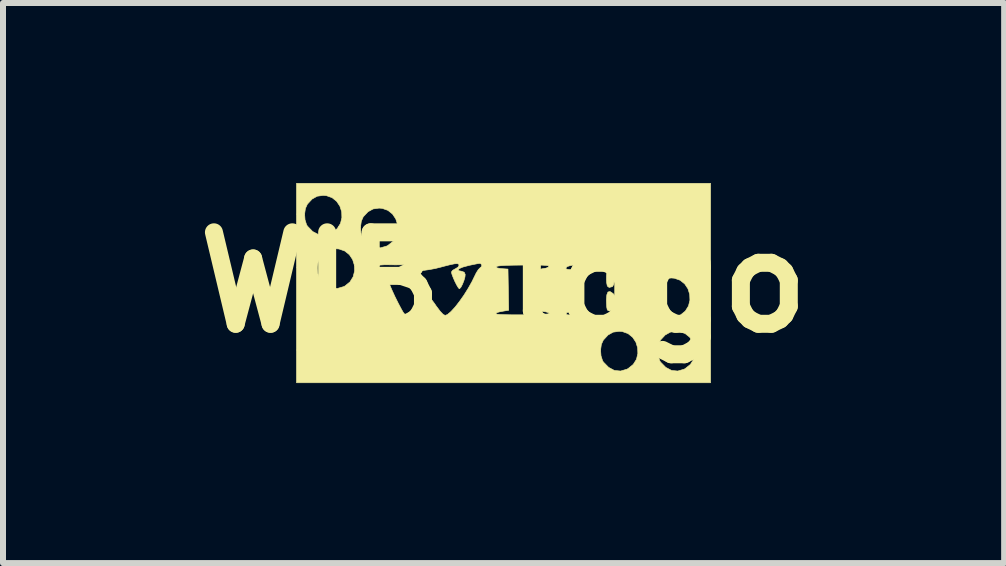
<source format=kicad_pcb>
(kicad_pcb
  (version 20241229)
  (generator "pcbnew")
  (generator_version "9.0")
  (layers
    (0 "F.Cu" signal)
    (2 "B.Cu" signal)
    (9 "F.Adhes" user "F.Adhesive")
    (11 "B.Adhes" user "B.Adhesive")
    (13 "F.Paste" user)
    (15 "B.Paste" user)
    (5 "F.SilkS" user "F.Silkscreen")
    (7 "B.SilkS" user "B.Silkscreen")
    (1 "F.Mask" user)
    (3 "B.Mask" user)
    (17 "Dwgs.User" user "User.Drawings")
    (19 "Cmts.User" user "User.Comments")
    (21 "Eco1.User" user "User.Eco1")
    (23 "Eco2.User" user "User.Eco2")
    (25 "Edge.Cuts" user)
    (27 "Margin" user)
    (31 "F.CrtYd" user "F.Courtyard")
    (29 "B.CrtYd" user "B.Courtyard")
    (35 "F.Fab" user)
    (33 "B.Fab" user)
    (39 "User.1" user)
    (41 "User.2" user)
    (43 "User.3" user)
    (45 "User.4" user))
  (footprint "WIB_logo"
    (layer "F.Cu")
    (at 5.341 1.656)
    (property "Reference" "WIB_logo" (at 0 0 0) (layer "F.SilkS") (effects (font (size 1.524 1.524) (thickness 0.3))))
    (attr exclude_from_pos_files exclude_from_bom)
    (fp_poly (pts (xy -1.366 -0.09) (xy -1.337 -0.041) (xy -1.327 -0.013) (xy -1.308 0.06) (xy -1.308 0.101) (xy -1.325 0.107) (xy -1.356 0.075) (xy -1.384 0.025) (xy -1.419 -0.043) (xy -1.434 -0.083) (xy -1.433 -0.101) (xy -1.415 -0.106) (xy -1.399 -0.106) (xy -1.366 -0.09)) (stroke (width 0.01) (type solid)) (fill yes) (layer "F.SilkS"))
    (fp_poly (pts (xy 1.822 0.183) (xy 1.837 0.198) (xy 1.877 0.258) (xy 1.893 0.33) (xy 1.884 0.396) (xy 1.862 0.432) (xy 1.811 0.467) (xy 1.763 0.477) (xy 1.731 0.461) (xy 1.728 0.454) (xy 1.72 0.415) (xy 1.716 0.35) (xy 1.714 0.294) (xy 1.721 0.207) (xy 1.74 0.16) (xy 1.774 0.152) (xy 1.822 0.183)) (stroke (width 0.01) (type solid)) (fill yes) (layer "F.SilkS"))
    (fp_poly (pts (xy 1.757 -0.177) (xy 1.794 -0.143) (xy 1.795 -0.142) (xy 1.827 -0.09) (xy 1.841 -0.028) (xy 1.838 0.029) (xy 1.817 0.067) (xy 1.808 0.072) (xy 1.761 0.084) (xy 1.736 0.068) (xy 1.727 0.051) (xy 1.719 0.009) (xy 1.715 -0.05) (xy 1.716 -0.112) (xy 1.721 -0.163) (xy 1.729 -0.189) (xy 1.732 -0.191) (xy 1.757 -0.177)) (stroke (width 0.01) (type solid)) (fill yes) (layer "F.SilkS"))
    (fp_poly (pts (xy 3.45 1.672) (xy -3.45 1.672) (xy -3.45 1.127) (xy 1.617 1.127) (xy 1.624 1.223) (xy 1.65 1.305) (xy 1.664 1.327) (xy 1.751 1.416) (xy 1.847 1.467) (xy 1.951 1.477) (xy 2.057 1.446) (xy 2.077 1.435) (xy 2.161 1.367) (xy 2.215 1.282) (xy 2.238 1.186) (xy 2.236 1.127) (xy 2.57 1.127) (xy 2.576 1.223) (xy 2.603 1.305) (xy 2.616 1.327) (xy 2.703 1.416) (xy 2.8 1.467) (xy 2.903 1.477) (xy 3.01 1.446) (xy 3.029 1.435) (xy 3.114 1.367) (xy 3.167 1.282) (xy 3.191 1.186) (xy 3.187 1.088) (xy 3.157 0.995) (xy 3.103 0.914) (xy 3.027 0.853) (xy 2.931 0.819) (xy 2.879 0.815) (xy 2.779 0.829) (xy 2.694 0.876) (xy 2.616 0.96) (xy 2.615 0.961) (xy 2.583 1.033) (xy 2.57 1.127) (xy 2.236 1.127) (xy 2.234 1.088) (xy 2.205 0.995) (xy 2.151 0.914) (xy 2.075 0.853) (xy 1.979 0.819) (xy 1.926 0.815) (xy 1.826 0.829) (xy 1.742 0.876) (xy 1.664 0.96) (xy 1.663 0.961) (xy 1.63 1.033) (xy 1.617 1.127) (xy -3.45 1.127) (xy -3.45 -0.249) (xy -3.103 -0.249) (xy -3.096 -0.153) (xy -3.07 -0.071) (xy -3.057 -0.049) (xy -2.97 0.041) (xy -2.873 0.091) (xy -2.769 0.101) (xy -2.663 0.07) (xy -2.643 0.06) (xy -2.559 -0.008) (xy -2.506 -0.094) (xy -2.482 -0.19) (xy -2.485 -0.278) (xy -2.092 -0.278) (xy -2.09 -0.26) (xy -2.053 -0.233) (xy -2.036 -0.225) (xy -1.995 -0.192) (xy -1.963 -0.138) (xy -1.939 -0.071) (xy -1.908 0.013) (xy -1.863 0.12) (xy -1.809 0.238) (xy -1.751 0.354) (xy -1.697 0.455) (xy -1.671 0.5) (xy -1.633 0.546) (xy -1.596 0.57) (xy -1.589 0.572) (xy -1.555 0.557) (xy -1.506 0.518) (xy -1.458 0.471) (xy -1.398 0.405) (xy -1.34 0.339) (xy -1.308 0.302) (xy -1.271 0.259) (xy -1.246 0.235) (xy -1.242 0.233) (xy -1.227 0.249) (xy -1.194 0.293) (xy -1.148 0.355) (xy -1.123 0.392) (xy -1.056 0.481) (xy -1.006 0.534) (xy -0.971 0.55) (xy -0.93 0.533) (xy -0.92 0.524) (xy -0.127 0.524) (xy -0.107 0.53) (xy -0.052 0.535) (xy 0.029 0.538) (xy 0.131 0.54) (xy 0.245 0.54) (xy 0.363 0.54) (xy 0.479 0.538) (xy 0.584 0.535) (xy 0.671 0.531) (xy 0.733 0.526) (xy 0.761 0.519) (xy 0.762 0.518) (xy 0.75 0.504) (xy 0.706 0.491) (xy 0.677 0.487) (xy 0.582 0.476) (xy 0.579 0.132) (xy 0.578 0.003) (xy 0.578 -0.09) (xy 0.582 -0.153) (xy 0.591 -0.193) (xy 0.609 -0.215) (xy 0.636 -0.226) (xy 0.675 -0.233) (xy 0.679 -0.233) (xy 1.037 -0.233) (xy 1.056 -0.22) (xy 1.104 -0.213) (xy 1.13 -0.212) (xy 1.194 -0.206) (xy 1.228 -0.19) (xy 1.231 -0.185) (xy 1.234 -0.156) (xy 1.235 -0.092) (xy 1.235 -0.002) (xy 1.233 0.106) (xy 1.232 0.164) (xy 1.224 0.487) (xy 1.142 0.487) (xy 1.079 0.493) (xy 1.046 0.51) (xy 1.049 0.534) (xy 1.052 0.537) (xy 1.076 0.541) (xy 1.136 0.545) (xy 1.225 0.547) (xy 1.336 0.549) (xy 1.462 0.55) (xy 1.469 0.55) (xy 1.615 0.549) (xy 1.725 0.547) (xy 1.807 0.543) (xy 1.867 0.537) (xy 1.912 0.528) (xy 1.949 0.515) (xy 1.96 0.51) (xy 2.05 0.453) (xy 2.103 0.382) (xy 2.118 0.303) (xy 2.1 0.238) (xy 2.485 0.238) (xy 2.492 0.334) (xy 2.518 0.416) (xy 2.531 0.438) (xy 2.618 0.527) (xy 2.715 0.578) (xy 2.819 0.588) (xy 2.925 0.557) (xy 2.945 0.546) (xy 3.029 0.478) (xy 3.082 0.393) (xy 3.106 0.297) (xy 3.102 0.199) (xy 3.073 0.106) (xy 3.019 0.025) (xy 2.943 -0.036) (xy 2.846 -0.07) (xy 2.794 -0.074) (xy 2.694 -0.06) (xy 2.61 -0.013) (xy 2.531 0.071) (xy 2.531 0.072) (xy 2.498 0.144) (xy 2.485 0.238) (xy 2.1 0.238) (xy 2.095 0.222) (xy 2.048 0.16) (xy 1.979 0.091) (xy 2.019 0.023) (xy 2.048 -0.057) (xy 2.037 -0.128) (xy 1.984 -0.19) (xy 1.915 -0.233) (xy 1.871 -0.253) (xy 1.828 -0.268) (xy 1.777 -0.278) (xy 1.711 -0.285) (xy 1.619 -0.289) (xy 1.495 -0.292) (xy 1.482 -0.293) (xy 1.32 -0.294) (xy 1.197 -0.29) (xy 1.111 -0.28) (xy 1.059 -0.263) (xy 1.038 -0.24) (xy 1.037 -0.233) (xy 0.679 -0.233) (xy 0.707 -0.237) (xy 0.745 -0.254) (xy 0.756 -0.268) (xy 0.748 -0.277) (xy 0.713 -0.283) (xy 0.649 -0.287) (xy 0.552 -0.29) (xy 0.418 -0.29) (xy 0.326 -0.289) (xy 0.165 -0.287) (xy 0.043 -0.284) (xy -0.043 -0.279) (xy -0.096 -0.272) (xy -0.12 -0.263) (xy -0.121 -0.261) (xy -0.108 -0.242) (xy -0.053 -0.231) (xy -0.028 -0.229) (xy 0.074 -0.222) (xy 0.08 0.121) (xy 0.086 0.464) (xy 0.006 0.477) (xy -0.069 0.491) (xy -0.11 0.503) (xy -0.126 0.517) (xy -0.127 0.524) (xy -0.92 0.524) (xy -0.874 0.484) (xy -0.806 0.41) (xy -0.734 0.317) (xy -0.659 0.211) (xy -0.589 0.099) (xy -0.526 -0.013) (xy -0.49 -0.087) (xy -0.455 -0.158) (xy -0.421 -0.212) (xy -0.395 -0.239) (xy -0.394 -0.24) (xy -0.365 -0.265) (xy -0.363 -0.296) (xy -0.386 -0.316) (xy -0.397 -0.317) (xy -0.435 -0.312) (xy -0.5 -0.299) (xy -0.581 -0.282) (xy -0.591 -0.279) (xy -0.68 -0.255) (xy -0.736 -0.231) (xy -0.757 -0.21) (xy -0.742 -0.194) (xy -0.705 -0.187) (xy -0.656 -0.17) (xy -0.639 -0.133) (xy -0.643 -0.09) (xy -0.66 -0.031) (xy -0.684 0.03) (xy -0.71 0.08) (xy -0.733 0.105) (xy -0.737 0.106) (xy -0.754 0.088) (xy -0.781 0.043) (xy -0.812 -0.018) (xy -0.84 -0.083) (xy -0.861 -0.139) (xy -0.868 -0.173) (xy -0.85 -0.2) (xy -0.807 -0.225) (xy -0.804 -0.226) (xy -0.759 -0.254) (xy -0.741 -0.286) (xy -0.747 -0.305) (xy -0.771 -0.313) (xy -0.817 -0.31) (xy -0.89 -0.295) (xy -0.997 -0.268) (xy -1.037 -0.257) (xy -1.137 -0.232) (xy -1.238 -0.213) (xy -1.331 -0.2) (xy -1.408 -0.194) (xy -1.461 -0.196) (xy -1.482 -0.207) (xy -1.482 -0.207) (xy -1.464 -0.228) (xy -1.434 -0.237) (xy -1.393 -0.258) (xy -1.379 -0.283) (xy -1.378 -0.305) (xy -1.392 -0.314) (xy -1.428 -0.314) (xy -1.497 -0.306) (xy -1.506 -0.305) (xy -1.587 -0.297) (xy -1.693 -0.293) (xy -1.807 -0.292) (xy -1.868 -0.293) (xy -1.982 -0.294) (xy -2.056 -0.289) (xy -2.092 -0.278) (xy -2.485 -0.278) (xy -2.486 -0.288) (xy -2.515 -0.381) (xy -2.569 -0.462) (xy -2.645 -0.523) (xy -2.742 -0.557) (xy -2.794 -0.561) (xy -2.894 -0.547) (xy -2.978 -0.5) (xy -3.057 -0.416) (xy -3.057 -0.415) (xy -3.09 -0.342) (xy -3.103 -0.249) (xy -3.45 -0.249) (xy -3.45 -1.138) (xy -3.315 -1.138) (xy -3.308 -1.042) (xy -3.282 -0.96) (xy -3.268 -0.938) (xy -3.181 -0.848) (xy -3.084 -0.798) (xy -2.981 -0.788) (xy -2.875 -0.819) (xy -2.855 -0.829) (xy -2.771 -0.897) (xy -2.752 -0.927) (xy -2.383 -0.927) (xy -2.377 -0.83) (xy -2.35 -0.748) (xy -2.337 -0.727) (xy -2.25 -0.637) (xy -2.153 -0.586) (xy -2.05 -0.576) (xy -1.943 -0.607) (xy -1.924 -0.618) (xy -1.839 -0.686) (xy -1.786 -0.771) (xy -1.762 -0.867) (xy -1.766 -0.965) (xy -1.796 -1.058) (xy -1.85 -1.139) (xy -1.926 -1.2) (xy -2.022 -1.234) (xy -2.074 -1.238) (xy -2.174 -1.224) (xy -2.259 -1.177) (xy -2.337 -1.094) (xy -2.338 -1.093) (xy -2.37 -1.02) (xy -2.383 -0.927) (xy -2.752 -0.927) (xy -2.717 -0.983) (xy -2.694 -1.079) (xy -2.697 -1.177) (xy -2.727 -1.27) (xy -2.781 -1.351) (xy -2.857 -1.412) (xy -2.953 -1.446) (xy -3.006 -1.45) (xy -3.106 -1.436) (xy -3.19 -1.389) (xy -3.268 -1.305) (xy -3.269 -1.304) (xy -3.302 -1.231) (xy -3.315 -1.138) (xy -3.45 -1.138) (xy -3.45 -1.651) (xy 3.45 -1.651) (xy 3.45 1.672)) (stroke (width 0.01) (type solid)) (fill yes) (layer "F.SilkS")))
  (gr_rect
    (start -3 -3)
    (end 13.683 6.333)
    (stroke (width 0.1) (type default))
    (fill no)
    (layer "Edge.Cuts")))
</source>
